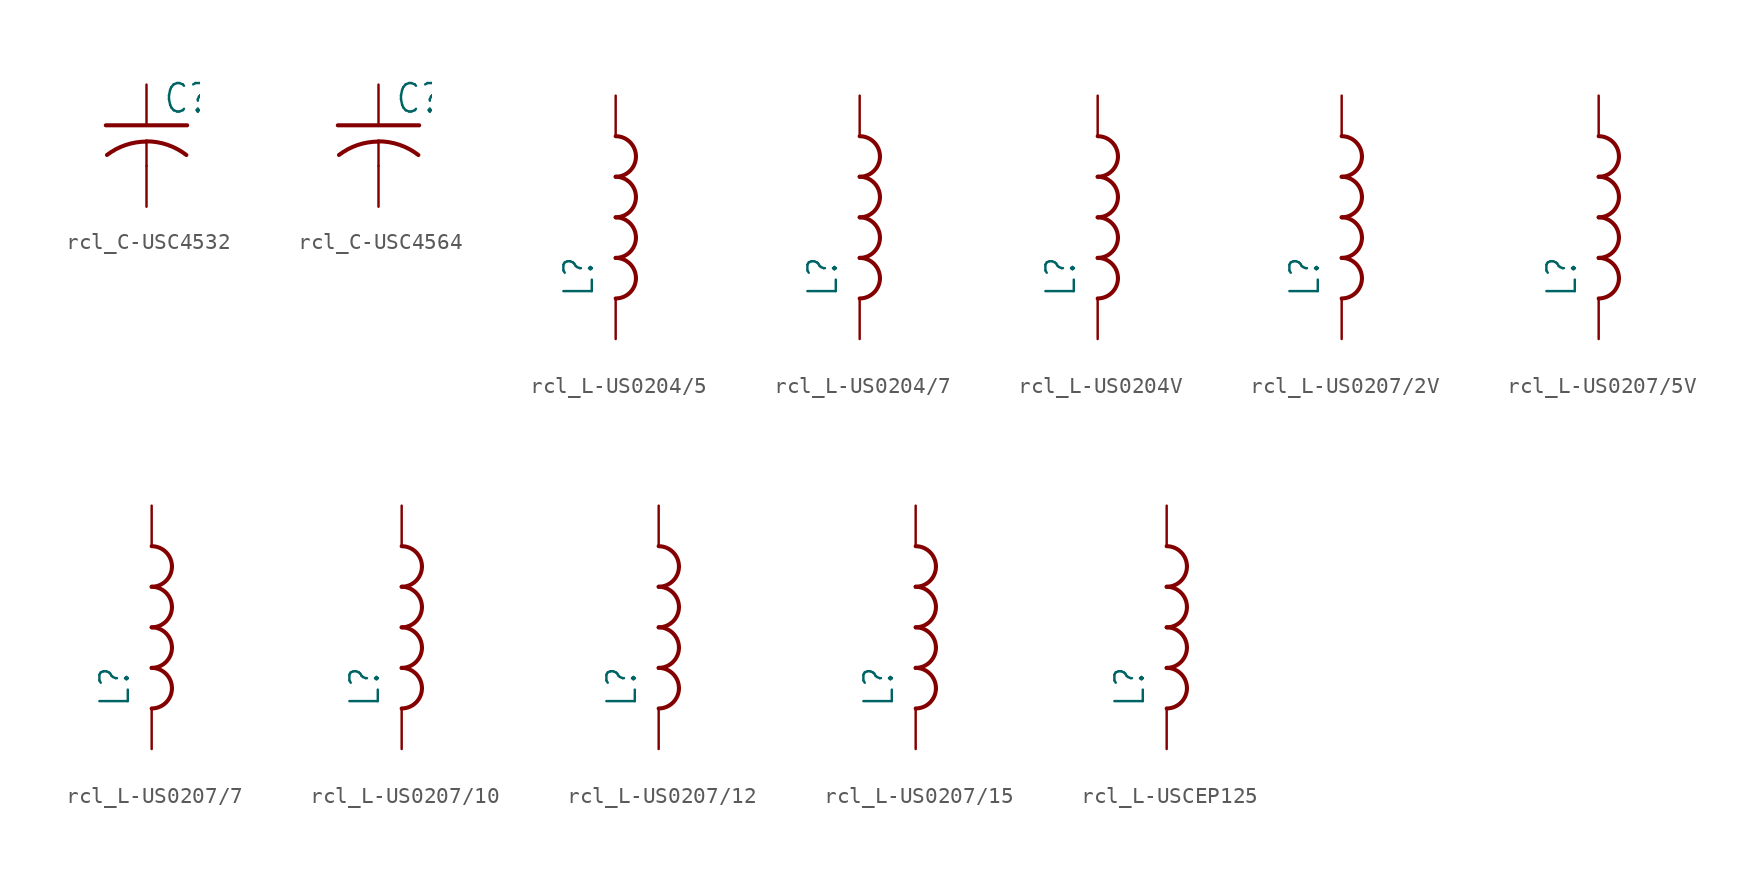
<source format=kicad_sym>
(kicad_symbol_lib
  (version 20241209)
  (generator "kicad_symbol_editor")
  (generator_version "9.0")
  (symbol "rcl_C-USC4532"
    (property "Reference" "C"
      (at 1.016 0.635 0)
      (effects (font (size 1.778 1.511)) (justify left bottom)))
    (property "Value" ""
      (at 1.016 -4.191 0)
      (effects (font (size 1.778 1.511)) (justify left bottom)))
    (property "ki_locked" ""
      (at 0 0 0)
      (effects (font (size 1.27 1.27))))
    (symbol "rcl_C-USC4532_1_0"
      (polyline (pts (xy -2.54 0) (xy 2.54 0)) (stroke (width 0.254) (type solid)) (fill (type none)))
      (polyline (pts (xy 0 -1.016) (xy 0 -2.54)) (stroke (width 0.152) (type solid)) (fill (type none)))
      (arc (start 0 -1) (mid 1.3158 -1.2195) (end 2.4892 -1.8541) (stroke (width 0.254) (type solid)) (fill (type none)))
      (arc (start -2.4668 -1.8504) (mid -1.302 -1.2303) (end 0 -1.0161) (stroke (width 0.254) (type solid)) (fill (type none)))
      (pin passive line (at 0 2.54 270) (length 2.54) (name "1" (effects (font (size 0 0)))) (number "1" (effects (font (size 0 0)))))
      (pin passive line (at 0 -5.08 90) (length 2.54) (name "2" (effects (font (size 0 0)))) (number "2" (effects (font (size 0 0)))))))
  (symbol "rcl_C-USC4564"
    (property "Reference" "C"
      (at 1.016 0.635 0)
      (effects (font (size 1.778 1.511)) (justify left bottom)))
    (property "Value" ""
      (at 1.016 -4.191 0)
      (effects (font (size 1.778 1.511)) (justify left bottom)))
    (property "ki_locked" ""
      (at 0 0 0)
      (effects (font (size 1.27 1.27))))
    (symbol "rcl_C-USC4564_1_0"
      (polyline (pts (xy -2.54 0) (xy 2.54 0)) (stroke (width 0.254) (type solid)) (fill (type none)))
      (polyline (pts (xy 0 -1.016) (xy 0 -2.54)) (stroke (width 0.152) (type solid)) (fill (type none)))
      (arc (start 0 -1) (mid 1.3158 -1.2195) (end 2.4892 -1.8541) (stroke (width 0.254) (type solid)) (fill (type none)))
      (arc (start -2.4668 -1.8504) (mid -1.302 -1.2303) (end 0 -1.0161) (stroke (width 0.254) (type solid)) (fill (type none)))
      (pin passive line (at 0 2.54 270) (length 2.54) (name "1" (effects (font (size 0 0)))) (number "1" (effects (font (size 0 0)))))
      (pin passive line (at 0 -5.08 90) (length 2.54) (name "2" (effects (font (size 0 0)))) (number "2" (effects (font (size 0 0)))))))
  (symbol "rcl_L-US0204/5"
    (property "Reference" "L"
      (at -1.27 -5.08 90)
      (effects (font (size 1.778 1.511)) (justify left bottom)))
    (property "Value" ""
      (at 3.81 -5.08 90)
      (effects (font (size 1.778 1.511)) (justify left bottom)))
    (property "ki_locked" ""
      (at 0 0 0)
      (effects (font (size 1.27 1.27))))
    (symbol "rcl_L-US0204/5_1_0"
      (arc (start 0 5.08) (mid 0.898 4.708) (end 1.27 3.81) (stroke (width 0.254) (type solid)) (fill (type none)))
      (arc (start 1.27 3.81) (mid 0.898 2.912) (end 0 2.54) (stroke (width 0.254) (type solid)) (fill (type none)))
      (arc (start 0 2.54) (mid 0.898 2.168) (end 1.27 1.27) (stroke (width 0.254) (type solid)) (fill (type none)))
      (arc (start 1.27 1.27) (mid 0.898 0.372) (end 0 0) (stroke (width 0.254) (type solid)) (fill (type none)))
      (arc (start 0 0) (mid 0.898 -0.372) (end 1.27 -1.27) (stroke (width 0.254) (type solid)) (fill (type none)))
      (arc (start 1.27 -1.27) (mid 0.898 -2.168) (end 0 -2.54) (stroke (width 0.254) (type solid)) (fill (type none)))
      (arc (start 0 -2.54) (mid 0.898 -2.912) (end 1.27 -3.81) (stroke (width 0.254) (type solid)) (fill (type none)))
      (arc (start 1.27 -3.81) (mid 0.898 -4.708) (end 0 -5.08) (stroke (width 0.254) (type solid)) (fill (type none)))
      (pin passive line (at 0 7.62 270) (length 2.54) (name "1" (effects (font (size 0 0)))) (number "1" (effects (font (size 0 0)))))
      (pin passive line (at 0 -7.62 90) (length 2.54) (name "2" (effects (font (size 0 0)))) (number "2" (effects (font (size 0 0)))))))
  (symbol "rcl_L-US0204/7"
    (property "Reference" "L"
      (at -1.27 -5.08 90)
      (effects (font (size 1.778 1.511)) (justify left bottom)))
    (property "Value" ""
      (at 3.81 -5.08 90)
      (effects (font (size 1.778 1.511)) (justify left bottom)))
    (property "ki_locked" ""
      (at 0 0 0)
      (effects (font (size 1.27 1.27))))
    (symbol "rcl_L-US0204/7_1_0"
      (arc (start 0 5.08) (mid 0.898 4.708) (end 1.27 3.81) (stroke (width 0.254) (type solid)) (fill (type none)))
      (arc (start 1.27 3.81) (mid 0.898 2.912) (end 0 2.54) (stroke (width 0.254) (type solid)) (fill (type none)))
      (arc (start 0 2.54) (mid 0.898 2.168) (end 1.27 1.27) (stroke (width 0.254) (type solid)) (fill (type none)))
      (arc (start 1.27 1.27) (mid 0.898 0.372) (end 0 0) (stroke (width 0.254) (type solid)) (fill (type none)))
      (arc (start 0 0) (mid 0.898 -0.372) (end 1.27 -1.27) (stroke (width 0.254) (type solid)) (fill (type none)))
      (arc (start 1.27 -1.27) (mid 0.898 -2.168) (end 0 -2.54) (stroke (width 0.254) (type solid)) (fill (type none)))
      (arc (start 0 -2.54) (mid 0.898 -2.912) (end 1.27 -3.81) (stroke (width 0.254) (type solid)) (fill (type none)))
      (arc (start 1.27 -3.81) (mid 0.898 -4.708) (end 0 -5.08) (stroke (width 0.254) (type solid)) (fill (type none)))
      (pin passive line (at 0 7.62 270) (length 2.54) (name "1" (effects (font (size 0 0)))) (number "1" (effects (font (size 0 0)))))
      (pin passive line (at 0 -7.62 90) (length 2.54) (name "2" (effects (font (size 0 0)))) (number "2" (effects (font (size 0 0)))))))
  (symbol "rcl_L-US0204V"
    (property "Reference" "L"
      (at -1.27 -5.08 90)
      (effects (font (size 1.778 1.511)) (justify left bottom)))
    (property "Value" ""
      (at 3.81 -5.08 90)
      (effects (font (size 1.778 1.511)) (justify left bottom)))
    (property "ki_locked" ""
      (at 0 0 0)
      (effects (font (size 1.27 1.27))))
    (symbol "rcl_L-US0204V_1_0"
      (arc (start 0 5.08) (mid 0.898 4.708) (end 1.27 3.81) (stroke (width 0.254) (type solid)) (fill (type none)))
      (arc (start 1.27 3.81) (mid 0.898 2.912) (end 0 2.54) (stroke (width 0.254) (type solid)) (fill (type none)))
      (arc (start 0 2.54) (mid 0.898 2.168) (end 1.27 1.27) (stroke (width 0.254) (type solid)) (fill (type none)))
      (arc (start 1.27 1.27) (mid 0.898 0.372) (end 0 0) (stroke (width 0.254) (type solid)) (fill (type none)))
      (arc (start 0 0) (mid 0.898 -0.372) (end 1.27 -1.27) (stroke (width 0.254) (type solid)) (fill (type none)))
      (arc (start 1.27 -1.27) (mid 0.898 -2.168) (end 0 -2.54) (stroke (width 0.254) (type solid)) (fill (type none)))
      (arc (start 0 -2.54) (mid 0.898 -2.912) (end 1.27 -3.81) (stroke (width 0.254) (type solid)) (fill (type none)))
      (arc (start 1.27 -3.81) (mid 0.898 -4.708) (end 0 -5.08) (stroke (width 0.254) (type solid)) (fill (type none)))
      (pin passive line (at 0 7.62 270) (length 2.54) (name "1" (effects (font (size 0 0)))) (number "1" (effects (font (size 0 0)))))
      (pin passive line (at 0 -7.62 90) (length 2.54) (name "2" (effects (font (size 0 0)))) (number "2" (effects (font (size 0 0)))))))
  (symbol "rcl_L-US0207/2V"
    (property "Reference" "L"
      (at -1.27 -5.08 90)
      (effects (font (size 1.778 1.511)) (justify left bottom)))
    (property "Value" ""
      (at 3.81 -5.08 90)
      (effects (font (size 1.778 1.511)) (justify left bottom)))
    (property "ki_locked" ""
      (at 0 0 0)
      (effects (font (size 1.27 1.27))))
    (symbol "rcl_L-US0207/2V_1_0"
      (arc (start 0 5.08) (mid 0.898 4.708) (end 1.27 3.81) (stroke (width 0.254) (type solid)) (fill (type none)))
      (arc (start 1.27 3.81) (mid 0.898 2.912) (end 0 2.54) (stroke (width 0.254) (type solid)) (fill (type none)))
      (arc (start 0 2.54) (mid 0.898 2.168) (end 1.27 1.27) (stroke (width 0.254) (type solid)) (fill (type none)))
      (arc (start 1.27 1.27) (mid 0.898 0.372) (end 0 0) (stroke (width 0.254) (type solid)) (fill (type none)))
      (arc (start 0 0) (mid 0.898 -0.372) (end 1.27 -1.27) (stroke (width 0.254) (type solid)) (fill (type none)))
      (arc (start 1.27 -1.27) (mid 0.898 -2.168) (end 0 -2.54) (stroke (width 0.254) (type solid)) (fill (type none)))
      (arc (start 0 -2.54) (mid 0.898 -2.912) (end 1.27 -3.81) (stroke (width 0.254) (type solid)) (fill (type none)))
      (arc (start 1.27 -3.81) (mid 0.898 -4.708) (end 0 -5.08) (stroke (width 0.254) (type solid)) (fill (type none)))
      (pin passive line (at 0 7.62 270) (length 2.54) (name "1" (effects (font (size 0 0)))) (number "1" (effects (font (size 0 0)))))
      (pin passive line (at 0 -7.62 90) (length 2.54) (name "2" (effects (font (size 0 0)))) (number "2" (effects (font (size 0 0)))))))
  (symbol "rcl_L-US0207/5V"
    (property "Reference" "L"
      (at -1.27 -5.08 90)
      (effects (font (size 1.778 1.511)) (justify left bottom)))
    (property "Value" ""
      (at 3.81 -5.08 90)
      (effects (font (size 1.778 1.511)) (justify left bottom)))
    (property "ki_locked" ""
      (at 0 0 0)
      (effects (font (size 1.27 1.27))))
    (symbol "rcl_L-US0207/5V_1_0"
      (arc (start 0 5.08) (mid 0.898 4.708) (end 1.27 3.81) (stroke (width 0.254) (type solid)) (fill (type none)))
      (arc (start 1.27 3.81) (mid 0.898 2.912) (end 0 2.54) (stroke (width 0.254) (type solid)) (fill (type none)))
      (arc (start 0 2.54) (mid 0.898 2.168) (end 1.27 1.27) (stroke (width 0.254) (type solid)) (fill (type none)))
      (arc (start 1.27 1.27) (mid 0.898 0.372) (end 0 0) (stroke (width 0.254) (type solid)) (fill (type none)))
      (arc (start 0 0) (mid 0.898 -0.372) (end 1.27 -1.27) (stroke (width 0.254) (type solid)) (fill (type none)))
      (arc (start 1.27 -1.27) (mid 0.898 -2.168) (end 0 -2.54) (stroke (width 0.254) (type solid)) (fill (type none)))
      (arc (start 0 -2.54) (mid 0.898 -2.912) (end 1.27 -3.81) (stroke (width 0.254) (type solid)) (fill (type none)))
      (arc (start 1.27 -3.81) (mid 0.898 -4.708) (end 0 -5.08) (stroke (width 0.254) (type solid)) (fill (type none)))
      (pin passive line (at 0 7.62 270) (length 2.54) (name "1" (effects (font (size 0 0)))) (number "1" (effects (font (size 0 0)))))
      (pin passive line (at 0 -7.62 90) (length 2.54) (name "2" (effects (font (size 0 0)))) (number "2" (effects (font (size 0 0)))))))
  (symbol "rcl_L-US0207/7"
    (property "Reference" "L"
      (at -1.27 -5.08 90)
      (effects (font (size 1.778 1.511)) (justify left bottom)))
    (property "Value" ""
      (at 3.81 -5.08 90)
      (effects (font (size 1.778 1.511)) (justify left bottom)))
    (property "ki_locked" ""
      (at 0 0 0)
      (effects (font (size 1.27 1.27))))
    (symbol "rcl_L-US0207/7_1_0"
      (arc (start 0 5.08) (mid 0.898 4.708) (end 1.27 3.81) (stroke (width 0.254) (type solid)) (fill (type none)))
      (arc (start 1.27 3.81) (mid 0.898 2.912) (end 0 2.54) (stroke (width 0.254) (type solid)) (fill (type none)))
      (arc (start 0 2.54) (mid 0.898 2.168) (end 1.27 1.27) (stroke (width 0.254) (type solid)) (fill (type none)))
      (arc (start 1.27 1.27) (mid 0.898 0.372) (end 0 0) (stroke (width 0.254) (type solid)) (fill (type none)))
      (arc (start 0 0) (mid 0.898 -0.372) (end 1.27 -1.27) (stroke (width 0.254) (type solid)) (fill (type none)))
      (arc (start 1.27 -1.27) (mid 0.898 -2.168) (end 0 -2.54) (stroke (width 0.254) (type solid)) (fill (type none)))
      (arc (start 0 -2.54) (mid 0.898 -2.912) (end 1.27 -3.81) (stroke (width 0.254) (type solid)) (fill (type none)))
      (arc (start 1.27 -3.81) (mid 0.898 -4.708) (end 0 -5.08) (stroke (width 0.254) (type solid)) (fill (type none)))
      (pin passive line (at 0 7.62 270) (length 2.54) (name "1" (effects (font (size 0 0)))) (number "1" (effects (font (size 0 0)))))
      (pin passive line (at 0 -7.62 90) (length 2.54) (name "2" (effects (font (size 0 0)))) (number "2" (effects (font (size 0 0)))))))
  (symbol "rcl_L-US0207/10"
    (property "Reference" "L"
      (at -1.27 -5.08 90)
      (effects (font (size 1.778 1.511)) (justify left bottom)))
    (property "Value" ""
      (at 3.81 -5.08 90)
      (effects (font (size 1.778 1.511)) (justify left bottom)))
    (property "ki_locked" ""
      (at 0 0 0)
      (effects (font (size 1.27 1.27))))
    (symbol "rcl_L-US0207/10_1_0"
      (arc (start 0 5.08) (mid 0.898 4.708) (end 1.27 3.81) (stroke (width 0.254) (type solid)) (fill (type none)))
      (arc (start 1.27 3.81) (mid 0.898 2.912) (end 0 2.54) (stroke (width 0.254) (type solid)) (fill (type none)))
      (arc (start 0 2.54) (mid 0.898 2.168) (end 1.27 1.27) (stroke (width 0.254) (type solid)) (fill (type none)))
      (arc (start 1.27 1.27) (mid 0.898 0.372) (end 0 0) (stroke (width 0.254) (type solid)) (fill (type none)))
      (arc (start 0 0) (mid 0.898 -0.372) (end 1.27 -1.27) (stroke (width 0.254) (type solid)) (fill (type none)))
      (arc (start 1.27 -1.27) (mid 0.898 -2.168) (end 0 -2.54) (stroke (width 0.254) (type solid)) (fill (type none)))
      (arc (start 0 -2.54) (mid 0.898 -2.912) (end 1.27 -3.81) (stroke (width 0.254) (type solid)) (fill (type none)))
      (arc (start 1.27 -3.81) (mid 0.898 -4.708) (end 0 -5.08) (stroke (width 0.254) (type solid)) (fill (type none)))
      (pin passive line (at 0 7.62 270) (length 2.54) (name "1" (effects (font (size 0 0)))) (number "1" (effects (font (size 0 0)))))
      (pin passive line (at 0 -7.62 90) (length 2.54) (name "2" (effects (font (size 0 0)))) (number "2" (effects (font (size 0 0)))))))
  (symbol "rcl_L-US0207/12"
    (property "Reference" "L"
      (at -1.27 -5.08 90)
      (effects (font (size 1.778 1.511)) (justify left bottom)))
    (property "Value" ""
      (at 3.81 -5.08 90)
      (effects (font (size 1.778 1.511)) (justify left bottom)))
    (property "ki_locked" ""
      (at 0 0 0)
      (effects (font (size 1.27 1.27))))
    (symbol "rcl_L-US0207/12_1_0"
      (arc (start 0 5.08) (mid 0.898 4.708) (end 1.27 3.81) (stroke (width 0.254) (type solid)) (fill (type none)))
      (arc (start 1.27 3.81) (mid 0.898 2.912) (end 0 2.54) (stroke (width 0.254) (type solid)) (fill (type none)))
      (arc (start 0 2.54) (mid 0.898 2.168) (end 1.27 1.27) (stroke (width 0.254) (type solid)) (fill (type none)))
      (arc (start 1.27 1.27) (mid 0.898 0.372) (end 0 0) (stroke (width 0.254) (type solid)) (fill (type none)))
      (arc (start 0 0) (mid 0.898 -0.372) (end 1.27 -1.27) (stroke (width 0.254) (type solid)) (fill (type none)))
      (arc (start 1.27 -1.27) (mid 0.898 -2.168) (end 0 -2.54) (stroke (width 0.254) (type solid)) (fill (type none)))
      (arc (start 0 -2.54) (mid 0.898 -2.912) (end 1.27 -3.81) (stroke (width 0.254) (type solid)) (fill (type none)))
      (arc (start 1.27 -3.81) (mid 0.898 -4.708) (end 0 -5.08) (stroke (width 0.254) (type solid)) (fill (type none)))
      (pin passive line (at 0 7.62 270) (length 2.54) (name "1" (effects (font (size 0 0)))) (number "1" (effects (font (size 0 0)))))
      (pin passive line (at 0 -7.62 90) (length 2.54) (name "2" (effects (font (size 0 0)))) (number "2" (effects (font (size 0 0)))))))
  (symbol "rcl_L-US0207/15"
    (property "Reference" "L"
      (at -1.27 -5.08 90)
      (effects (font (size 1.778 1.511)) (justify left bottom)))
    (property "Value" ""
      (at 3.81 -5.08 90)
      (effects (font (size 1.778 1.511)) (justify left bottom)))
    (property "ki_locked" ""
      (at 0 0 0)
      (effects (font (size 1.27 1.27))))
    (symbol "rcl_L-US0207/15_1_0"
      (arc (start 0 5.08) (mid 0.898 4.708) (end 1.27 3.81) (stroke (width 0.254) (type solid)) (fill (type none)))
      (arc (start 1.27 3.81) (mid 0.898 2.912) (end 0 2.54) (stroke (width 0.254) (type solid)) (fill (type none)))
      (arc (start 0 2.54) (mid 0.898 2.168) (end 1.27 1.27) (stroke (width 0.254) (type solid)) (fill (type none)))
      (arc (start 1.27 1.27) (mid 0.898 0.372) (end 0 0) (stroke (width 0.254) (type solid)) (fill (type none)))
      (arc (start 0 0) (mid 0.898 -0.372) (end 1.27 -1.27) (stroke (width 0.254) (type solid)) (fill (type none)))
      (arc (start 1.27 -1.27) (mid 0.898 -2.168) (end 0 -2.54) (stroke (width 0.254) (type solid)) (fill (type none)))
      (arc (start 0 -2.54) (mid 0.898 -2.912) (end 1.27 -3.81) (stroke (width 0.254) (type solid)) (fill (type none)))
      (arc (start 1.27 -3.81) (mid 0.898 -4.708) (end 0 -5.08) (stroke (width 0.254) (type solid)) (fill (type none)))
      (pin passive line (at 0 7.62 270) (length 2.54) (name "1" (effects (font (size 0 0)))) (number "1" (effects (font (size 0 0)))))
      (pin passive line (at 0 -7.62 90) (length 2.54) (name "2" (effects (font (size 0 0)))) (number "2" (effects (font (size 0 0)))))))
  (symbol "rcl_L-USCEP125"
    (property "Reference" "L"
      (at -1.27 -5.08 90)
      (effects (font (size 1.778 1.511)) (justify left bottom)))
    (property "Value" ""
      (at 3.81 -5.08 90)
      (effects (font (size 1.778 1.511)) (justify left bottom)))
    (property "ki_locked" ""
      (at 0 0 0)
      (effects (font (size 1.27 1.27))))
    (symbol "rcl_L-USCEP125_1_0"
      (arc (start 0 5.08) (mid 0.898 4.708) (end 1.27 3.81) (stroke (width 0.254) (type solid)) (fill (type none)))
      (arc (start 1.27 3.81) (mid 0.898 2.912) (end 0 2.54) (stroke (width 0.254) (type solid)) (fill (type none)))
      (arc (start 0 2.54) (mid 0.898 2.168) (end 1.27 1.27) (stroke (width 0.254) (type solid)) (fill (type none)))
      (arc (start 1.27 1.27) (mid 0.898 0.372) (end 0 0) (stroke (width 0.254) (type solid)) (fill (type none)))
      (arc (start 0 0) (mid 0.898 -0.372) (end 1.27 -1.27) (stroke (width 0.254) (type solid)) (fill (type none)))
      (arc (start 1.27 -1.27) (mid 0.898 -2.168) (end 0 -2.54) (stroke (width 0.254) (type solid)) (fill (type none)))
      (arc (start 0 -2.54) (mid 0.898 -2.912) (end 1.27 -3.81) (stroke (width 0.254) (type solid)) (fill (type none)))
      (arc (start 1.27 -3.81) (mid 0.898 -4.708) (end 0 -5.08) (stroke (width 0.254) (type solid)) (fill (type none)))
      (pin passive line (at 0 7.62 270) (length 2.54) (name "1" (effects (font (size 0 0)))) (number "1" (effects (font (size 0 0)))))
      (pin passive line (at 0 -7.62 90) (length 2.54) (name "2" (effects (font (size 0 0)))) (number "2" (effects (font (size 0 0))))))))
</source>
